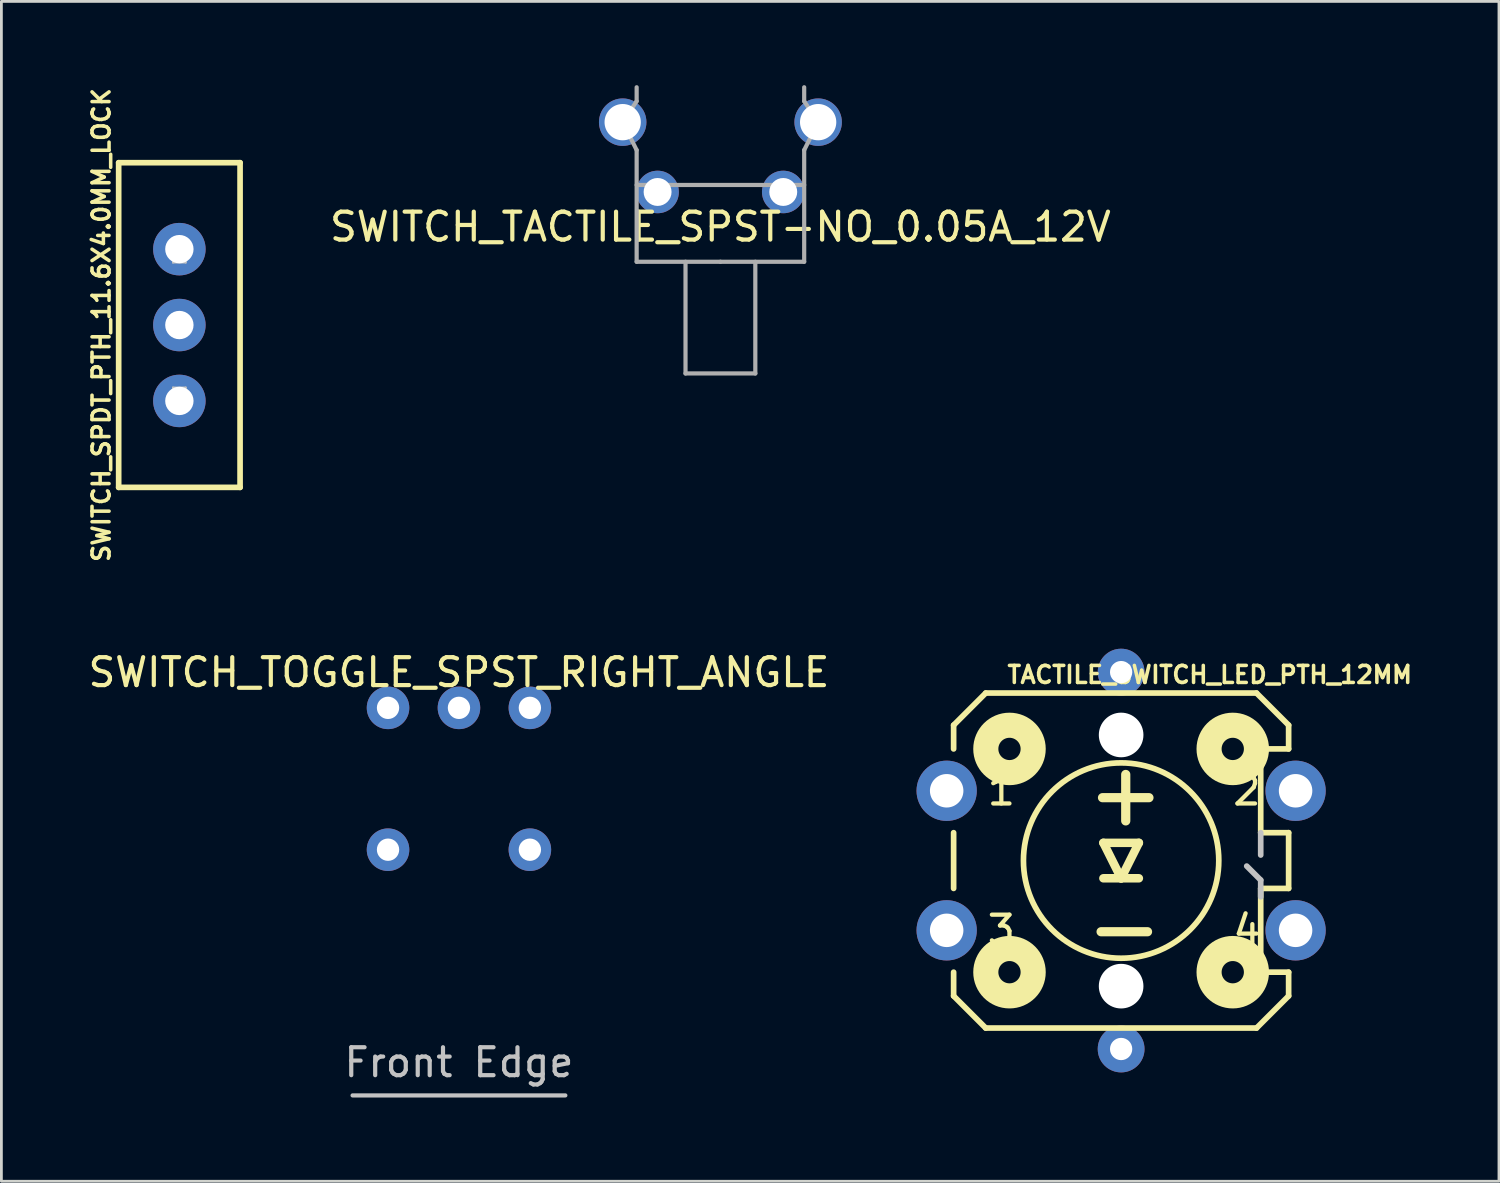
<source format=kicad_pcb>
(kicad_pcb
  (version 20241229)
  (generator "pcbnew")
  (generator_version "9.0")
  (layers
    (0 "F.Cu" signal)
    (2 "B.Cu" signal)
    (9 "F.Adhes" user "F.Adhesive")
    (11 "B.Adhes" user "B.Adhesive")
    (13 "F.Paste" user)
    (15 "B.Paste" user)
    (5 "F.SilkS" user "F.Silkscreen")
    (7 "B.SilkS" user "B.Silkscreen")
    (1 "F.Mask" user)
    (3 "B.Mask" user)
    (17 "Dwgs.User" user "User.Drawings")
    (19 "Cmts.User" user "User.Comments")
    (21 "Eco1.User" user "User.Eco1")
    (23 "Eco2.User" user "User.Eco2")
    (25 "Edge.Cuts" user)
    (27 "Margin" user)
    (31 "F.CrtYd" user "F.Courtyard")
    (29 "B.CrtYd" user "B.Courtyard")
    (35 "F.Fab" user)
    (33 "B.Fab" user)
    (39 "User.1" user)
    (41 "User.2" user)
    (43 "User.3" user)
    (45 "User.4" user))
  (footprint "SWITCH_SPDT_PTH_11.6X4.0MM_LOCK"
    (layer "F.Cu")
    (at 3.374 8.591)
    (property "Reference" "SWITCH_SPDT_PTH_11.6X4.0MM_LOCK" (at -2.794 0 90) (layer "F.SilkS") (effects (font (size 0.61 0.61) (thickness 0.127))))
    (attr exclude_from_pos_files exclude_from_bom)
    (fp_line (start -2.174 -5.814) (end -2.174 5.814) (stroke (width 0.203) (type solid)) (layer "F.SilkS"))
    (fp_line (start -2.174 5.814) (end 2.174 5.814) (stroke (width 0.203) (type solid)) (layer "F.SilkS"))
    (fp_line (start 2.174 -5.814) (end -2.174 -5.814) (stroke (width 0.203) (type solid)) (layer "F.SilkS"))
    (fp_line (start 2.174 5.814) (end 2.174 -5.814) (stroke (width 0.203) (type solid)) (layer "F.SilkS"))
    (fp_line (start -0.229 -2.845) (end 0.229 -2.845) (stroke (width 0.066) (type solid)) (layer "Dwgs.User"))
    (fp_line (start -0.229 -2.235) (end -0.229 -2.845) (stroke (width 0.066) (type solid)) (layer "Dwgs.User"))
    (fp_line (start -0.229 -2.235) (end 0.229 -2.235) (stroke (width 0.066) (type solid)) (layer "Dwgs.User"))
    (fp_line (start -0.229 -0.305) (end 0.229 -0.305) (stroke (width 0.066) (type solid)) (layer "Dwgs.User"))
    (fp_line (start -0.229 0.305) (end -0.229 -0.305) (stroke (width 0.066) (type solid)) (layer "Dwgs.User"))
    (fp_line (start -0.229 0.305) (end 0.229 0.305) (stroke (width 0.066) (type solid)) (layer "Dwgs.User"))
    (fp_line (start -0.229 2.235) (end 0.229 2.235) (stroke (width 0.066) (type solid)) (layer "Dwgs.User"))
    (fp_line (start -0.229 2.845) (end -0.229 2.235) (stroke (width 0.066) (type solid)) (layer "Dwgs.User"))
    (fp_line (start -0.229 2.845) (end 0.229 2.845) (stroke (width 0.066) (type solid)) (layer "Dwgs.User"))
    (fp_line (start 0.229 -2.235) (end 0.229 -2.845) (stroke (width 0.066) (type solid)) (layer "Dwgs.User"))
    (fp_line (start 0.229 0.305) (end 0.229 -0.305) (stroke (width 0.066) (type solid)) (layer "Dwgs.User"))
    (fp_line (start 0.229 2.845) (end 0.229 2.235) (stroke (width 0.066) (type solid)) (layer "Dwgs.User"))
    (pad "1" thru_hole circle (at 0 -2.718) (size 1.88 1.88) (drill 1.016) (layers "*.Cu" "*.Paste" "*.Mask"))
    (pad "2" thru_hole circle (at 0 0) (size 1.88 1.88) (drill 1.016) (layers "*.Cu" "*.Paste" "*.Mask"))
    (pad "3" thru_hole circle (at 0 2.718) (size 1.88 1.88) (drill 1.016) (layers "*.Cu" "*.Paste" "*.Mask")))
  (footprint "TACTILE_SWITCH_LED_PTH_12MM"
    (layer "F.Cu")
    (at 37.102 27.77)
    (property "Reference" "TACTILE_SWITCH_LED_PTH_12MM" (at 3.175 -6.655 0) (layer "F.SilkS") (effects (font (size 0.61 0.61) (thickness 0.127))))
    (attr exclude_from_pos_files exclude_from_bom)
    (fp_line (start -5.999 -4.849) (end -4.849 -5.999) (stroke (width 0.203) (type solid)) (layer "F.SilkS"))
    (fp_line (start -5.999 -3.998) (end -5.999 -4.849) (stroke (width 0.203) (type solid)) (layer "F.SilkS"))
    (fp_line (start -5.999 0.998) (end -5.999 -0.998) (stroke (width 0.203) (type solid)) (layer "F.SilkS"))
    (fp_line (start -5.999 4.849) (end -5.999 3.998) (stroke (width 0.203) (type solid)) (layer "F.SilkS"))
    (fp_line (start -4.849 -5.999) (end 4.849 -5.999) (stroke (width 0.203) (type solid)) (layer "F.SilkS"))
    (fp_line (start -4.849 5.999) (end -5.999 4.849) (stroke (width 0.203) (type solid)) (layer "F.SilkS"))
    (fp_line (start -0.635 -0.635) (end 0 0.635) (stroke (width 0.305) (type solid)) (layer "F.SilkS"))
    (fp_line (start 0 0.635) (end -0.635 0.635) (stroke (width 0.305) (type solid)) (layer "F.SilkS"))
    (fp_line (start 0 0.635) (end 0.635 -0.635) (stroke (width 0.305) (type solid)) (layer "F.SilkS"))
    (fp_line (start 0.635 -0.635) (end -0.635 -0.635) (stroke (width 0.305) (type solid)) (layer "F.SilkS"))
    (fp_line (start 0.635 0.635) (end 0 0.635) (stroke (width 0.305) (type solid)) (layer "F.SilkS"))
    (fp_line (start 4.849 -5.999) (end 5.999 -4.849) (stroke (width 0.203) (type solid)) (layer "F.SilkS"))
    (fp_line (start 4.849 5.999) (end -4.849 5.999) (stroke (width 0.203) (type solid)) (layer "F.SilkS"))
    (fp_line (start 4.999 -3.998) (end 5.999 -3.998) (stroke (width 0.203) (type solid)) (layer "F.SilkS"))
    (fp_line (start 4.999 -0.998) (end 4.999 -3.998) (stroke (width 0.203) (type solid)) (layer "F.SilkS"))
    (fp_line (start 4.999 0.998) (end 4.999 3.998) (stroke (width 0.203) (type solid)) (layer "F.SilkS"))
    (fp_line (start 4.999 3.998) (end 5.999 3.998) (stroke (width 0.203) (type solid)) (layer "F.SilkS"))
    (fp_line (start 5.999 -4.849) (end 5.999 -3.998) (stroke (width 0.203) (type solid)) (layer "F.SilkS"))
    (fp_line (start 5.999 -0.998) (end 4.999 -0.998) (stroke (width 0.203) (type solid)) (layer "F.SilkS"))
    (fp_line (start 5.999 -0.998) (end 5.999 0.998) (stroke (width 0.203) (type solid)) (layer "F.SilkS"))
    (fp_line (start 5.999 0.998) (end 4.999 0.998) (stroke (width 0.203) (type solid)) (layer "F.SilkS"))
    (fp_line (start 5.999 3.998) (end 5.999 4.849) (stroke (width 0.203) (type solid)) (layer "F.SilkS"))
    (fp_line (start 5.999 4.849) (end 4.849 5.999) (stroke (width 0.203) (type solid)) (layer "F.SilkS"))
    (fp_circle (center -3.998 -3.998) (end -3.998 -4.397) (stroke (width 0.899) (type solid)) (fill no) (layer "F.SilkS"))
    (fp_circle (center -3.998 3.998) (end -3.998 3.599) (stroke (width 0.899) (type solid)) (fill no) (layer "F.SilkS"))
    (fp_circle (center 0 0) (end 0 -3.498) (stroke (width 0.203) (type solid)) (fill no) (layer "F.SilkS"))
    (fp_circle (center 3.998 -3.998) (end 3.998 -4.397) (stroke (width 0.899) (type solid)) (fill no) (layer "F.SilkS"))
    (fp_circle (center 3.998 3.998) (end 3.998 3.599) (stroke (width 0.899) (type solid)) (fill no) (layer "F.SilkS"))
    (fp_line (start 4.999 -0.198) (end 4.999 -0.998) (stroke (width 0.203) (type solid)) (layer "Dwgs.User"))
    (fp_line (start 4.999 0.699) (end 4.498 0.198) (stroke (width 0.203) (type solid)) (layer "Dwgs.User"))
    (fp_line (start 4.999 1.298) (end 4.999 0.699) (stroke (width 0.203) (type solid)) (layer "Dwgs.User"))
    (fp_text user "+" (at 0.165 -2.413 180) (layer "F.SilkS") (effects (font (size 2.182 2.182) (thickness 0.33))))
    (fp_text user "3" (at -4.29 2.492 0) (layer "F.SilkS") (effects (font (size 1.016 1.016) (thickness 0.152))))
    (fp_text user "4" (at 4.506 2.492 0) (layer "F.SilkS") (effects (font (size 1.016 1.016) (thickness 0.152))))
    (fp_text user "2" (at 4.506 -2.507 0) (layer "F.SilkS") (effects (font (size 1.016 1.016) (thickness 0.152))))
    (fp_text user "-" (at 0.114 2.388 180) (layer "F.SilkS") (effects (font (size 2.182 2.182) (thickness 0.33))))
    (fp_text user "1" (at -4.29 -2.507 0) (layer "F.SilkS") (effects (font (size 1.016 1.016) (thickness 0.152))))
    (pad "" np_thru_hole circle (at 0 -4.498) (size 1.598 1.598) (drill 1.598) (layers "*.Cu" "*.Mask"))
    (pad "" np_thru_hole circle (at 0 4.498) (size 1.598 1.598) (drill 1.598) (layers "*.Cu" "*.Mask"))
    (pad "1" thru_hole circle (at -6.248 -2.499) (size 2.159 2.159) (drill 1.199) (layers "*.Cu" "*.Paste" "*.Mask"))
    (pad "2" thru_hole circle (at 6.248 -2.499) (size 2.159 2.159) (drill 1.199) (layers "*.Cu" "*.Paste" "*.Mask"))
    (pad "3" thru_hole circle (at -6.248 2.499) (size 2.159 2.159) (drill 1.199) (layers "*.Cu" "*.Paste" "*.Mask"))
    (pad "4" thru_hole circle (at 6.248 2.499) (size 2.159 2.159) (drill 1.199) (layers "*.Cu" "*.Paste" "*.Mask"))
    (pad "A" thru_hole circle (at 0 -6.749) (size 1.676 1.676) (drill 0.798) (layers "*.Cu" "*.Paste" "*.Mask"))
    (pad "C" thru_hole circle (at 0 6.749) (size 1.676 1.676) (drill 0.798) (layers "*.Cu" "*.Paste" "*.Mask")))
  (footprint "SWITCH_TACTILE_SPST-NO_0.05A_12V"
    (layer "F.Cu")
    (at 22.751 1.325)
    (property "Reference" "SWITCH_TACTILE_SPST-NO_0.05A_12V" (at 0 3.75 0) (layer "F.SilkS") (effects (font (size 1 1) (thickness 0.15))))
    (attr through_hole)
    (fp_line (start -3.5 0) (end -3 -0.75) (stroke (width 0.15) (type solid)) (layer "F.Fab"))
    (fp_line (start -3 -0.75) (end -3 -1.25) (stroke (width 0.15) (type solid)) (layer "F.Fab"))
    (fp_line (start -3 1) (end -3.5 0) (stroke (width 0.15) (type solid)) (layer "F.Fab"))
    (fp_line (start -3 1) (end -3 5) (stroke (width 0.15) (type solid)) (layer "F.Fab"))
    (fp_line (start -3 2.25) (end 3 2.25) (stroke (width 0.15) (type solid)) (layer "F.Fab"))
    (fp_line (start -3 5) (end 0 5) (stroke (width 0.15) (type solid)) (layer "F.Fab"))
    (fp_line (start -1.25 9) (end -1.25 5) (stroke (width 0.15) (type solid)) (layer "F.Fab"))
    (fp_line (start 0 5) (end 3 5) (stroke (width 0.15) (type solid)) (layer "F.Fab"))
    (fp_line (start 1.25 5) (end 1.25 9) (stroke (width 0.15) (type solid)) (layer "F.Fab"))
    (fp_line (start 1.25 9) (end -1.25 9) (stroke (width 0.15) (type solid)) (layer "F.Fab"))
    (fp_line (start 3 -0.75) (end 3 -1.25) (stroke (width 0.15) (type solid)) (layer "F.Fab"))
    (fp_line (start 3 1) (end 3.5 0) (stroke (width 0.15) (type solid)) (layer "F.Fab"))
    (fp_line (start 3 5) (end 3 1) (stroke (width 0.15) (type solid)) (layer "F.Fab"))
    (fp_line (start 3.5 0) (end 3 -0.75) (stroke (width 0.15) (type solid)) (layer "F.Fab"))
    (pad "1" thru_hole circle (at -2.25 2.5) (size 1.524 1.524) (drill 1) (layers "*.Cu" "*.Mask"))
    (pad "2" thru_hole circle (at 2.25 2.5) (size 1.524 1.524) (drill 1) (layers "*.Cu" "*.Mask"))
    (pad "NC" thru_hole circle (at -3.5 0) (size 1.7 1.7) (drill 1.3) (layers "*.Cu" "*.Mask"))
    (pad "NC" thru_hole circle (at 3.5 0) (size 1.7 1.7) (drill 1.3) (layers "*.Cu" "*.Mask")))
  (footprint "SWITCH_TOGGLE_SPST_RIGHT_ANGLE"
    (layer "F.Cu")
    (at 13.387 22.301)
    (property "Reference" "SWITCH_TOGGLE_SPST_RIGHT_ANGLE" (at 0 -1.27 0) (layer "F.SilkS") (effects (font (size 1 1) (thickness 0.15))))
    (attr through_hole)
    (fp_line (start 3.81 13.88) (end -3.81 13.88) (stroke (width 0.15) (type solid)) (layer "Dwgs.User"))
    (fp_text user "Front Edge" (at 0 12.7 0) (layer "Dwgs.User") (effects (font (size 1 1) (thickness 0.15))))
    (pad "1" thru_hole circle (at -2.54 0) (size 1.524 1.524) (drill 0.8) (layers "*.Cu" "*.Mask"))
    (pad "2" thru_hole circle (at 0 0) (size 1.524 1.524) (drill 0.8) (layers "*.Cu" "*.Mask"))
    (pad "3" thru_hole circle (at 2.54 0) (size 1.524 1.524) (drill 0.8) (layers "*.Cu" "*.Mask"))
    (pad "4" thru_hole circle (at -2.54 5.08) (size 1.524 1.524) (drill 0.8) (layers "*.Cu" "*.Mask"))
    (pad "5" thru_hole circle (at 2.54 5.08) (size 1.524 1.524) (drill 0.8) (layers "*.Cu" "*.Mask")))
  (gr_rect
    (start -3 -3)
    (end 50.634 39.256)
    (stroke (width 0.1) (type default))
    (fill no)
    (layer "Edge.Cuts")))
</source>
